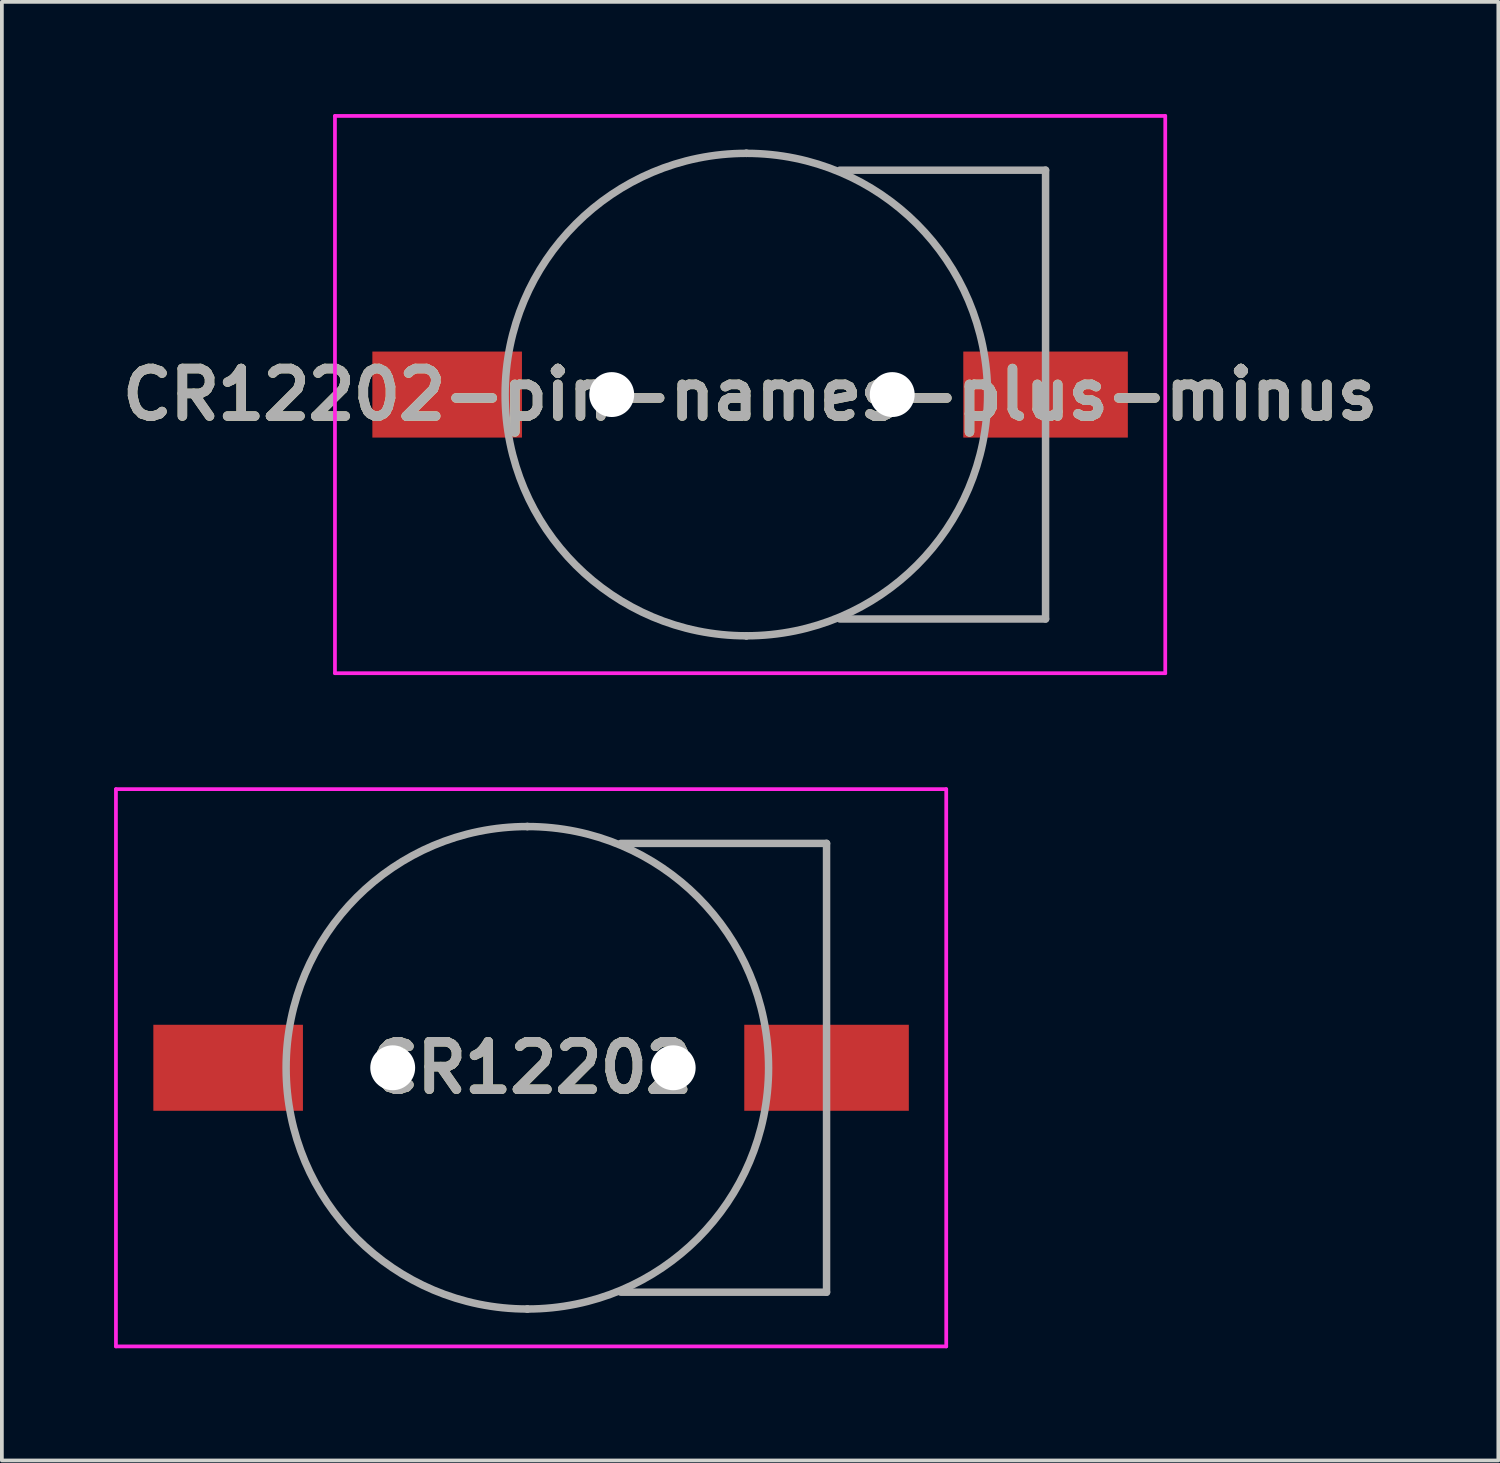
<source format=kicad_pcb>
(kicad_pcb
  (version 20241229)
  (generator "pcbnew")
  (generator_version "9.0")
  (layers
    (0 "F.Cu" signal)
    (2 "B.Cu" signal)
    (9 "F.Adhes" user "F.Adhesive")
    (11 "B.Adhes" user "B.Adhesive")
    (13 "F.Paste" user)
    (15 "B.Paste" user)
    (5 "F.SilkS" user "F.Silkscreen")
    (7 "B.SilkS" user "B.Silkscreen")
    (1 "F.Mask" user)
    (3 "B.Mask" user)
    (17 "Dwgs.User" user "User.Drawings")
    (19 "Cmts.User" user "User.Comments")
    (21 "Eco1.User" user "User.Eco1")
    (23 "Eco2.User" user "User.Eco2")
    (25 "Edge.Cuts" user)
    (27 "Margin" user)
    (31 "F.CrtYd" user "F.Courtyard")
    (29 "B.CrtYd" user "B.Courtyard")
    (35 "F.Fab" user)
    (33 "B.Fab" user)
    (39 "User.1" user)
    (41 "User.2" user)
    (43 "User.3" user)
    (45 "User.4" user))
  (footprint "CR12202"
    (layer "F.Cu")
    (at 11.05 25.5)
    (property "Reference" "CR12202" (at 0.1 0 0) (layer "F.SilkS") (effects (font (size 1.27 1.27) (thickness 0.254))))
    (attr through_hole)
    (fp_line (start 3.5 6) (end 8 6) (stroke (width 0.1) (type solid)) (layer "F.SilkS"))
    (fp_line (start 3.9 -6) (end 8 -6) (stroke (width 0.1) (type solid)) (layer "F.SilkS"))
    (fp_line (start 8 -6) (end 8 -2) (stroke (width 0.1) (type solid)) (layer "F.SilkS"))
    (fp_line (start 8 6) (end 8 2) (stroke (width 0.1) (type solid)) (layer "F.SilkS"))
    (fp_line (start -11 -7.45) (end 11.2 -7.45) (stroke (width 0.1) (type solid)) (layer "F.CrtYd"))
    (fp_line (start -11 7.45) (end -11 -7.45) (stroke (width 0.1) (type solid)) (layer "F.CrtYd"))
    (fp_line (start 11.2 -7.45) (end 11.2 7.45) (stroke (width 0.1) (type solid)) (layer "F.CrtYd"))
    (fp_line (start 11.2 7.45) (end -11 7.45) (stroke (width 0.1) (type solid)) (layer "F.CrtYd"))
    (fp_line (start 0 -6.45) (end 0 -6.45) (stroke (width 0.2) (type solid)) (layer "F.Fab"))
    (fp_line (start 0 6.45) (end 0 6.45) (stroke (width 0.2) (type solid)) (layer "F.Fab"))
    (fp_line (start 2.5 6) (end 8 6) (stroke (width 0.2) (type solid)) (layer "F.Fab"))
    (fp_line (start 8 -6) (end 2.5 -6) (stroke (width 0.2) (type solid)) (layer "F.Fab"))
    (fp_line (start 8 6) (end 8 -6) (stroke (width 0.2) (type solid)) (layer "F.Fab"))
    (fp_arc (start 0 -6.45) (mid 6.45 0) (end 0 6.45) (stroke (width 0.2) (type solid)) (layer "F.Fab"))
    (fp_arc (start 0 6.45) (mid -6.45 0) (end 0 -6.45) (stroke (width 0.2) (type solid)) (layer "F.Fab"))
    (fp_text user "${REFERENCE}" (at 0.1 0 0) (layer "F.Fab") (effects (font (size 1.27 1.27) (thickness 0.254))))
    (pad "" np_thru_hole circle (at -3.6 0) (size 1.2 1.2) (drill 1.2) (layers "*.Cu" "*.Mask"))
    (pad "" np_thru_hole circle (at 3.9 0) (size 1.2 1.2) (drill 1.2) (layers "*.Cu" "*.Mask"))
    (pad "1" smd rect (at -8 0 90) (size 2.3 4) (layers "F.Cu" "F.Mask" "F.Paste"))
    (pad "2" smd rect (at 8 0 90) (size 2.3 4.4) (layers "F.Cu" "F.Mask" "F.Paste")))
  (footprint "CR12202-pin-names-plus-minus"
    (layer "F.Cu")
    (at 16.906 7.5)
    (property "Reference" "CR12202-pin-names-plus-minus" (at 0.1 0 0) (layer "F.SilkS") (effects (font (size 1.27 1.27) (thickness 0.254))))
    (attr through_hole)
    (fp_line (start 3.5 6) (end 8 6) (stroke (width 0.1) (type solid)) (layer "F.SilkS"))
    (fp_line (start 3.9 -6) (end 8 -6) (stroke (width 0.1) (type solid)) (layer "F.SilkS"))
    (fp_line (start 8 -6) (end 8 -2) (stroke (width 0.1) (type solid)) (layer "F.SilkS"))
    (fp_line (start 8 6) (end 8 2) (stroke (width 0.1) (type solid)) (layer "F.SilkS"))
    (fp_line (start -11 -7.45) (end 11.2 -7.45) (stroke (width 0.1) (type solid)) (layer "F.CrtYd"))
    (fp_line (start -11 7.45) (end -11 -7.45) (stroke (width 0.1) (type solid)) (layer "F.CrtYd"))
    (fp_line (start 11.2 -7.45) (end 11.2 7.45) (stroke (width 0.1) (type solid)) (layer "F.CrtYd"))
    (fp_line (start 11.2 7.45) (end -11 7.45) (stroke (width 0.1) (type solid)) (layer "F.CrtYd"))
    (fp_line (start 0 -6.45) (end 0 -6.45) (stroke (width 0.2) (type solid)) (layer "F.Fab"))
    (fp_line (start 0 6.45) (end 0 6.45) (stroke (width 0.2) (type solid)) (layer "F.Fab"))
    (fp_line (start 2.5 6) (end 8 6) (stroke (width 0.2) (type solid)) (layer "F.Fab"))
    (fp_line (start 8 -6) (end 2.5 -6) (stroke (width 0.2) (type solid)) (layer "F.Fab"))
    (fp_line (start 8 6) (end 8 -6) (stroke (width 0.2) (type solid)) (layer "F.Fab"))
    (fp_arc (start 0 -6.45) (mid 6.45 0) (end 0 6.45) (stroke (width 0.2) (type solid)) (layer "F.Fab"))
    (fp_arc (start 0 6.45) (mid -6.45 0) (end 0 -6.45) (stroke (width 0.2) (type solid)) (layer "F.Fab"))
    (fp_text user "${REFERENCE}" (at 0.1 0 0) (layer "F.Fab") (effects (font (size 1.27 1.27) (thickness 0.254))))
    (pad "" np_thru_hole circle (at -3.6 0) (size 1.2 1.2) (drill 1.2) (layers "*.Cu" "*.Mask"))
    (pad "" np_thru_hole circle (at 3.9 0) (size 1.2 1.2) (drill 1.2) (layers "*.Cu" "*.Mask"))
    (pad "+" smd rect (at 8 0 90) (size 2.3 4.4) (layers "F.Cu" "F.Mask" "F.Paste"))
    (pad "-" smd rect (at -8 0 90) (size 2.3 4) (layers "F.Cu" "F.Mask" "F.Paste")))
  (gr_rect
    (start -3 -3)
    (end 37.012 36)
    (stroke (width 0.1) (type default))
    (fill no)
    (layer "Edge.Cuts")))
</source>
